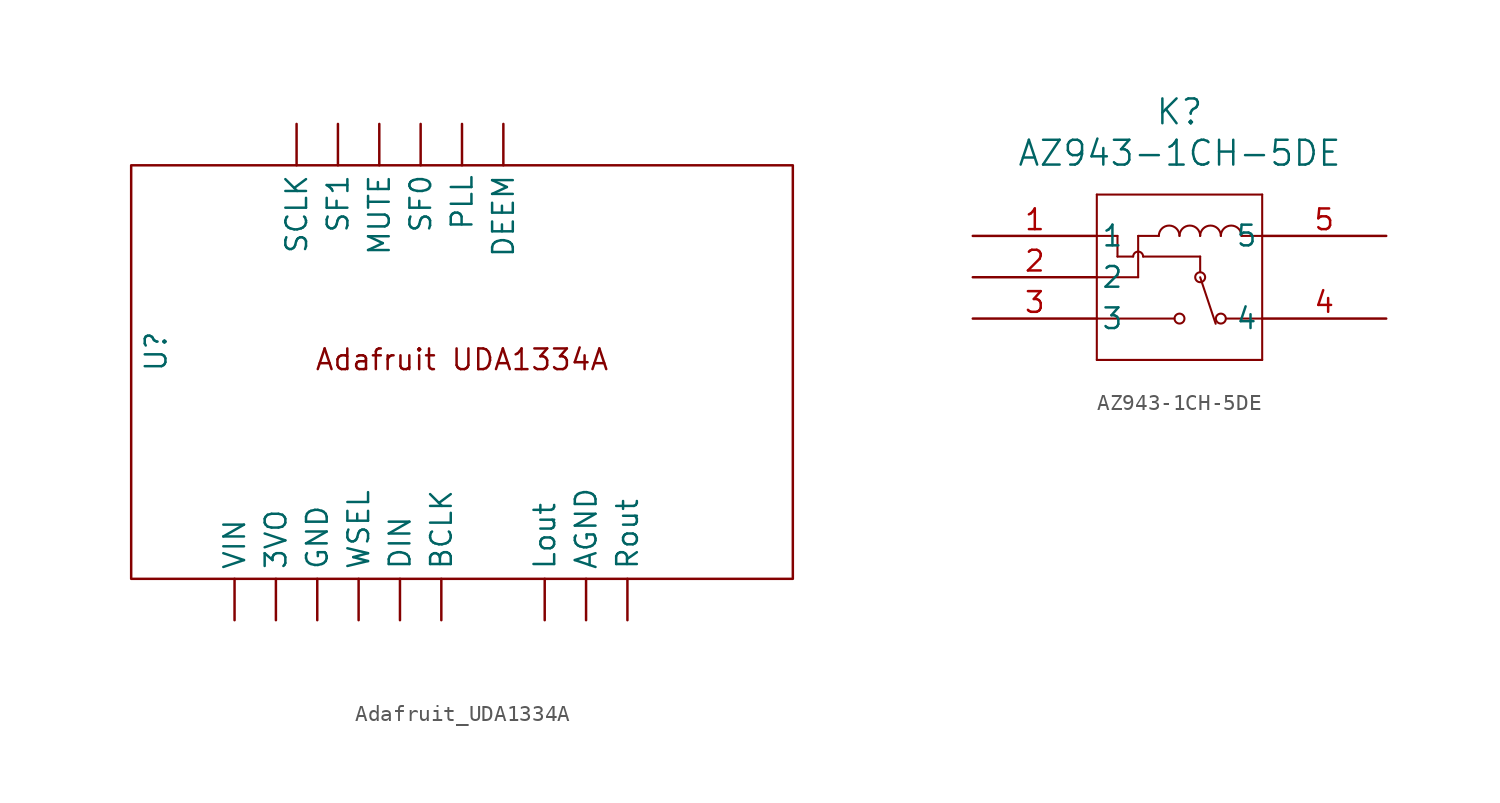
<source format=kicad_sym>
(kicad_symbol_lib
  (version 20231120)
  (generator "kicad_symbol_editor")
  (generator_version "8.0")
  (symbol "Adafruit_UDA1334A"
    (property "Reference" "U"
      (at -18.796 17.78 90)
      (effects (font (size 1.27 1.27))))
    (property "Value" ""
      (at 0 0 0)
      (effects (font (size 1.27 1.27))))
    (symbol "Adafruit_UDA1334A_0_1"
      (rectangle (start -20.32 3.81) (end 20.32 29.21) (stroke (width 0) (type default)) (fill (type none))))
    (symbol "Adafruit_UDA1334A_1_1"
      (text "Adafruit UDA1334A" (at 0 17.272 0) (effects (font (size 1.27 1.27))))
      (pin input line (at -11.43 1.27 90) (length 2.54) (name "3VO" (effects (font (size 1.27 1.27)))) (number "" (effects (font (size 1.27 1.27)))))
      (pin output line (at 7.62 1.27 90) (length 2.54) (name "AGND" (effects (font (size 1.27 1.27)))) (number "" (effects (font (size 1.27 1.27)))))
      (pin input line (at -1.27 1.27 90) (length 2.54) (name "BCLK" (effects (font (size 1.27 1.27)))) (number "" (effects (font (size 1.27 1.27)))))
      (pin input line (at 2.54 31.75 270) (length 2.54) (name "DEEM" (effects (font (size 1.27 1.27)))) (number "" (effects (font (size 1.27 1.27)))))
      (pin input line (at -3.81 1.27 90) (length 2.54) (name "DIN" (effects (font (size 1.27 1.27)))) (number "" (effects (font (size 1.27 1.27)))))
      (pin input line (at -8.89 1.27 90) (length 2.54) (name "GND" (effects (font (size 1.27 1.27)))) (number "" (effects (font (size 1.27 1.27)))))
      (pin output line (at 5.08 1.27 90) (length 2.54) (name "Lout" (effects (font (size 1.27 1.27)))) (number "" (effects (font (size 1.27 1.27)))))
      (pin input line (at -5.08 31.75 270) (length 2.54) (name "MUTE" (effects (font (size 1.27 1.27)))) (number "" (effects (font (size 1.27 1.27)))))
      (pin input line (at 0 31.75 270) (length 2.54) (name "PLL" (effects (font (size 1.27 1.27)))) (number "" (effects (font (size 1.27 1.27)))))
      (pin output line (at 10.16 1.27 90) (length 2.54) (name "Rout" (effects (font (size 1.27 1.27)))) (number "" (effects (font (size 1.27 1.27)))))
      (pin input line (at -10.16 31.75 270) (length 2.54) (name "SCLK" (effects (font (size 1.27 1.27)))) (number "" (effects (font (size 1.27 1.27)))))
      (pin input line (at -2.54 31.75 270) (length 2.54) (name "SF0" (effects (font (size 1.27 1.27)))) (number "" (effects (font (size 1.27 1.27)))))
      (pin input line (at -7.62 31.75 270) (length 2.54) (name "SF1" (effects (font (size 1.27 1.27)))) (number "" (effects (font (size 1.27 1.27)))))
      (pin input line (at -13.97 1.27 90) (length 2.54) (name "VIN" (effects (font (size 1.27 1.27)))) (number "" (effects (font (size 1.27 1.27)))))
      (pin input line (at -6.35 1.27 90) (length 2.54) (name "WSEL" (effects (font (size 1.27 1.27)))) (number "" (effects (font (size 1.27 1.27)))))))
  (symbol "AZ943-1CH-5DE"
    (pin_names
      (offset 0.254))
    (property "Reference" "K"
      (at 12.7 7.62 0)
      (effects (font (size 1.524 1.524))))
    (property "Value" "AZ943-1CH-5DE"
      (at 12.7 5.08 0)
      (effects (font (size 1.524 1.524))))
    (property "ki_locked" ""
      (at 0 0 0)
      (effects (font (size 1.27 1.27))))
    (symbol "AZ943-1CH-5DE_0_1"
      (polyline (pts (xy 7.62 -7.62) (xy 17.78 -7.62)) (stroke (width 0.127) (type default)) (fill (type none)))
      (polyline (pts (xy 7.62 -5.08) (xy 12.383 -5.08)) (stroke (width 0.127) (type default)) (fill (type none)))
      (polyline (pts (xy 7.62 -2.54) (xy 10.16 -2.54)) (stroke (width 0.127) (type default)) (fill (type none)))
      (polyline (pts (xy 7.62 0) (xy 8.89 0)) (stroke (width 0.127) (type default)) (fill (type none)))
      (polyline (pts (xy 7.62 2.54) (xy 7.62 -7.62)) (stroke (width 0.127) (type default)) (fill (type none)))
      (polyline (pts (xy 8.89 -1.27) (xy 9.842 -1.27)) (stroke (width 0.127) (type default)) (fill (type none)))
      (polyline (pts (xy 8.89 0) (xy 8.89 -1.27)) (stroke (width 0.127) (type default)) (fill (type none)))
      (polyline (pts (xy 10.16 0) (xy 10.16 -2.54)) (stroke (width 0.127) (type default)) (fill (type none)))
      (polyline (pts (xy 10.16 0) (xy 11.43 0)) (stroke (width 0.127) (type default)) (fill (type none)))
      (polyline (pts (xy 10.465 -1.27) (xy 13.97 -1.27)) (stroke (width 0.127) (type default)) (fill (type none)))
      (polyline (pts (xy 13.97 -2.54) (xy 14.922 -5.397)) (stroke (width 0.127) (type default)) (fill (type none)))
      (polyline (pts (xy 13.97 -1.27) (xy 13.97 -2.223)) (stroke (width 0.127) (type default)) (fill (type none)))
      (polyline (pts (xy 15.557 -5.08) (xy 17.78 -5.08)) (stroke (width 0.127) (type default)) (fill (type none)))
      (polyline (pts (xy 16.51 0) (xy 17.78 0)) (stroke (width 0.127) (type default)) (fill (type none)))
      (polyline (pts (xy 17.78 -7.62) (xy 17.78 2.54)) (stroke (width 0.127) (type default)) (fill (type none)))
      (polyline (pts (xy 17.78 2.54) (xy 7.62 2.54)) (stroke (width 0.127) (type default)) (fill (type none)))
      (arc (start 10.4648 -1.27) (mid 10.16 -0.9665) (end 9.8552 -1.27) (stroke (width 0.127) (type default)) (fill (type none)))
      (circle (center 12.7 -5.08) (radius 0.305) (stroke (width 0.127) (type default)) (fill (type none)))
      (arc (start 12.7 0) (mid 12.065 0.6323) (end 11.43 0) (stroke (width 0.127) (type default)) (fill (type none)))
      (circle (center 13.97 -2.54) (radius 0.305) (stroke (width 0.127) (type default)) (fill (type none)))
      (arc (start 13.97 0) (mid 13.335 0.6323) (end 12.7 0) (stroke (width 0.127) (type default)) (fill (type none)))
      (circle (center 15.24 -5.08) (radius 0.305) (stroke (width 0.127) (type default)) (fill (type none)))
      (arc (start 15.24 0) (mid 14.605 0.6323) (end 13.97 0) (stroke (width 0.127) (type default)) (fill (type none)))
      (arc (start 16.51 0) (mid 15.875 0.6323) (end 15.24 0) (stroke (width 0.127) (type default)) (fill (type none))))
    (symbol "AZ943-1CH-5DE_1_1"
      (pin passive line (at 0 0 0) (length 7.62) (name "1" (effects (font (size 1.27 1.27)))) (number "1" (effects (font (size 1.27 1.27)))))
      (pin passive line (at 0 -2.54 0) (length 7.62) (name "2" (effects (font (size 1.27 1.27)))) (number "2" (effects (font (size 1.27 1.27)))))
      (pin passive line (at 0 -5.08 0) (length 7.62) (name "3" (effects (font (size 1.27 1.27)))) (number "3" (effects (font (size 1.27 1.27)))))
      (pin passive line (at 25.4 -5.08 180) (length 7.62) (name "4" (effects (font (size 1.27 1.27)))) (number "4" (effects (font (size 1.27 1.27)))))
      (pin passive line (at 25.4 0 180) (length 7.62) (name "5" (effects (font (size 1.27 1.27)))) (number "5" (effects (font (size 1.27 1.27))))))))
</source>
